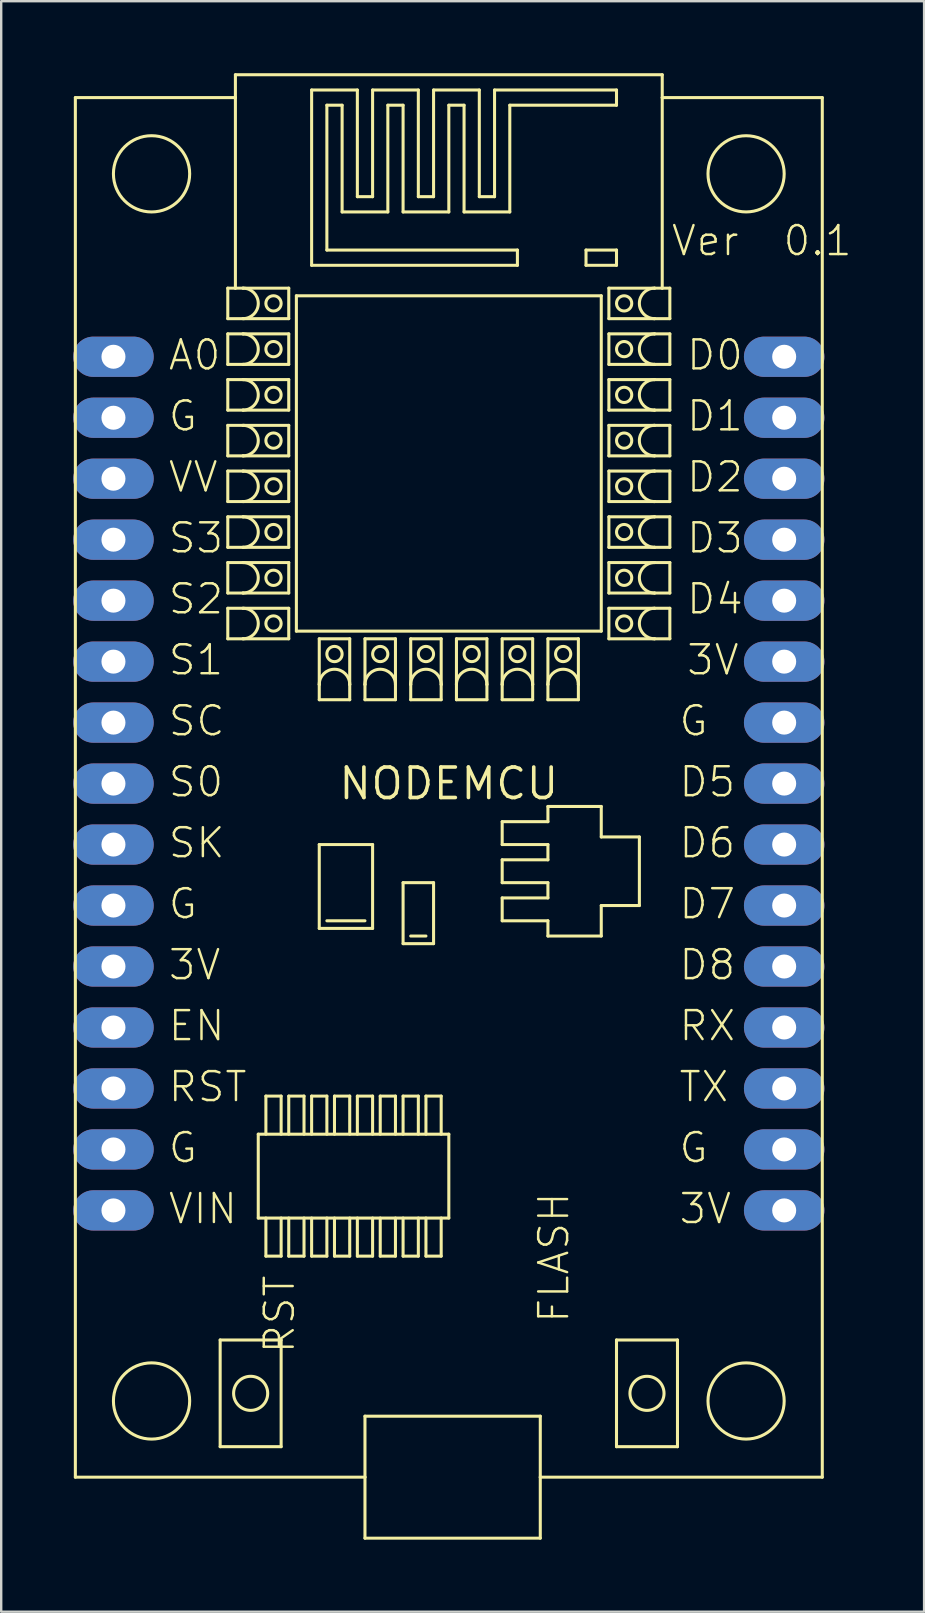
<source format=kicad_pcb>
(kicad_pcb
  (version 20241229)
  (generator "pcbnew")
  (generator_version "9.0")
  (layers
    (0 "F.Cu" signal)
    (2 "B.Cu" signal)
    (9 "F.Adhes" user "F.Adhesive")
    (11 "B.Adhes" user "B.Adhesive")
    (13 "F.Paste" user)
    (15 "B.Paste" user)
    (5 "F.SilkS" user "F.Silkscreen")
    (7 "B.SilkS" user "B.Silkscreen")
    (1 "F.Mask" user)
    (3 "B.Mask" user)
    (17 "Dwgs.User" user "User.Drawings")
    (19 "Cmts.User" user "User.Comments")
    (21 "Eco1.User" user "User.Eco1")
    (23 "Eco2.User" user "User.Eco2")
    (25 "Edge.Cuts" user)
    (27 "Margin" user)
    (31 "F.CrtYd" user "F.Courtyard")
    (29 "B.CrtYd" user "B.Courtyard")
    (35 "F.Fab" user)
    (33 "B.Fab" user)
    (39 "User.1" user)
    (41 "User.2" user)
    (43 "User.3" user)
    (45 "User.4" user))
  (footprint "NODEMCU"
    (layer "F.Cu")
    (at 15.646 29.591)
    (property "Reference" "NODEMCU" (at 0 0 0) (layer "F.SilkS") (effects (font (size 1.27 1.27) (thickness 0.15))))
    (attr through_hole)
    (fp_line (start -15.557 -28.575) (end -8.89 -28.575) (stroke (width 0.127) (type solid)) (layer "F.SilkS"))
    (fp_line (start -15.557 28.892) (end -15.557 -28.575) (stroke (width 0.127) (type solid)) (layer "F.SilkS"))
    (fp_line (start -9.525 23.177) (end -6.985 23.177) (stroke (width 0.127) (type solid)) (layer "F.SilkS"))
    (fp_line (start -9.525 27.622) (end -9.525 23.177) (stroke (width 0.127) (type solid)) (layer "F.SilkS"))
    (fp_line (start -9.207 -20.637) (end -8.89 -20.637) (stroke (width 0.127) (type solid)) (layer "F.SilkS"))
    (fp_line (start -9.207 -19.367) (end -9.207 -20.637) (stroke (width 0.127) (type solid)) (layer "F.SilkS"))
    (fp_line (start -9.207 -18.733) (end -8.572 -18.733) (stroke (width 0.127) (type solid)) (layer "F.SilkS"))
    (fp_line (start -9.207 -17.462) (end -9.207 -18.733) (stroke (width 0.127) (type solid)) (layer "F.SilkS"))
    (fp_line (start -9.207 -16.828) (end -8.572 -16.828) (stroke (width 0.127) (type solid)) (layer "F.SilkS"))
    (fp_line (start -9.207 -15.557) (end -9.207 -16.828) (stroke (width 0.127) (type solid)) (layer "F.SilkS"))
    (fp_line (start -9.207 -14.922) (end -8.572 -14.922) (stroke (width 0.127) (type solid)) (layer "F.SilkS"))
    (fp_line (start -9.207 -13.652) (end -9.207 -14.922) (stroke (width 0.127) (type solid)) (layer "F.SilkS"))
    (fp_line (start -9.207 -13.018) (end -8.572 -13.018) (stroke (width 0.127) (type solid)) (layer "F.SilkS"))
    (fp_line (start -9.207 -11.748) (end -9.207 -13.018) (stroke (width 0.127) (type solid)) (layer "F.SilkS"))
    (fp_line (start -9.207 -11.113) (end -8.572 -11.113) (stroke (width 0.127) (type solid)) (layer "F.SilkS"))
    (fp_line (start -9.207 -9.842) (end -9.207 -11.113) (stroke (width 0.127) (type solid)) (layer "F.SilkS"))
    (fp_line (start -9.207 -9.207) (end -8.572 -9.207) (stroke (width 0.127) (type solid)) (layer "F.SilkS"))
    (fp_line (start -9.207 -7.938) (end -9.207 -9.207) (stroke (width 0.127) (type solid)) (layer "F.SilkS"))
    (fp_line (start -9.207 -7.303) (end -8.572 -7.303) (stroke (width 0.127) (type solid)) (layer "F.SilkS"))
    (fp_line (start -9.207 -6.032) (end -9.207 -7.303) (stroke (width 0.127) (type solid)) (layer "F.SilkS"))
    (fp_line (start -8.89 -29.527) (end 8.89 -29.527) (stroke (width 0.127) (type solid)) (layer "F.SilkS"))
    (fp_line (start -8.89 -28.575) (end -8.89 -29.527) (stroke (width 0.127) (type solid)) (layer "F.SilkS"))
    (fp_line (start -8.89 -28.575) (end -8.89 -20.637) (stroke (width 0.127) (type solid)) (layer "F.SilkS"))
    (fp_line (start -8.89 -20.637) (end -8.572 -20.637) (stroke (width 0.127) (type solid)) (layer "F.SilkS"))
    (fp_line (start -8.572 -19.367) (end -9.207 -19.367) (stroke (width 0.127) (type solid)) (layer "F.SilkS"))
    (fp_line (start -8.572 -17.462) (end -9.207 -17.462) (stroke (width 0.127) (type solid)) (layer "F.SilkS"))
    (fp_line (start -8.572 -15.557) (end -9.207 -15.557) (stroke (width 0.127) (type solid)) (layer "F.SilkS"))
    (fp_line (start -8.572 -13.652) (end -9.207 -13.652) (stroke (width 0.127) (type solid)) (layer "F.SilkS"))
    (fp_line (start -8.572 -11.748) (end -9.207 -11.748) (stroke (width 0.127) (type solid)) (layer "F.SilkS"))
    (fp_line (start -8.572 -9.842) (end -9.207 -9.842) (stroke (width 0.127) (type solid)) (layer "F.SilkS"))
    (fp_line (start -8.572 -7.938) (end -9.207 -7.938) (stroke (width 0.127) (type solid)) (layer "F.SilkS"))
    (fp_line (start -8.572 -6.032) (end -9.207 -6.032) (stroke (width 0.127) (type solid)) (layer "F.SilkS"))
    (fp_line (start -7.938 14.605) (end 0 14.605) (stroke (width 0.127) (type solid)) (layer "F.SilkS"))
    (fp_line (start -7.938 18.098) (end -7.938 14.605) (stroke (width 0.127) (type solid)) (layer "F.SilkS"))
    (fp_line (start -7.62 13.018) (end -6.985 13.018) (stroke (width 0.127) (type solid)) (layer "F.SilkS"))
    (fp_line (start -7.62 14.605) (end -7.62 13.018) (stroke (width 0.127) (type solid)) (layer "F.SilkS"))
    (fp_line (start -7.62 19.685) (end -7.62 18.098) (stroke (width 0.127) (type solid)) (layer "F.SilkS"))
    (fp_line (start -6.985 13.018) (end -6.985 14.605) (stroke (width 0.127) (type solid)) (layer "F.SilkS"))
    (fp_line (start -6.985 18.098) (end -6.985 19.685) (stroke (width 0.127) (type solid)) (layer "F.SilkS"))
    (fp_line (start -6.985 19.685) (end -7.62 19.685) (stroke (width 0.127) (type solid)) (layer "F.SilkS"))
    (fp_line (start -6.985 23.177) (end -6.985 27.622) (stroke (width 0.127) (type solid)) (layer "F.SilkS"))
    (fp_line (start -6.985 27.622) (end -9.525 27.622) (stroke (width 0.127) (type solid)) (layer "F.SilkS"))
    (fp_line (start -6.668 -20.637) (end -8.572 -20.637) (stroke (width 0.127) (type solid)) (layer "F.SilkS"))
    (fp_line (start -6.668 -20.637) (end -6.668 -19.367) (stroke (width 0.127) (type solid)) (layer "F.SilkS"))
    (fp_line (start -6.668 -19.367) (end -8.572 -19.367) (stroke (width 0.127) (type solid)) (layer "F.SilkS"))
    (fp_line (start -6.668 -18.733) (end -8.572 -18.733) (stroke (width 0.127) (type solid)) (layer "F.SilkS"))
    (fp_line (start -6.668 -18.733) (end -6.668 -17.462) (stroke (width 0.127) (type solid)) (layer "F.SilkS"))
    (fp_line (start -6.668 -17.462) (end -8.572 -17.462) (stroke (width 0.127) (type solid)) (layer "F.SilkS"))
    (fp_line (start -6.668 -16.828) (end -8.572 -16.828) (stroke (width 0.127) (type solid)) (layer "F.SilkS"))
    (fp_line (start -6.668 -16.828) (end -6.668 -15.557) (stroke (width 0.127) (type solid)) (layer "F.SilkS"))
    (fp_line (start -6.668 -15.557) (end -8.572 -15.557) (stroke (width 0.127) (type solid)) (layer "F.SilkS"))
    (fp_line (start -6.668 -14.922) (end -8.572 -14.922) (stroke (width 0.127) (type solid)) (layer "F.SilkS"))
    (fp_line (start -6.668 -14.922) (end -6.668 -13.652) (stroke (width 0.127) (type solid)) (layer "F.SilkS"))
    (fp_line (start -6.668 -13.652) (end -8.572 -13.652) (stroke (width 0.127) (type solid)) (layer "F.SilkS"))
    (fp_line (start -6.668 -13.018) (end -8.572 -13.018) (stroke (width 0.127) (type solid)) (layer "F.SilkS"))
    (fp_line (start -6.668 -13.018) (end -6.668 -11.748) (stroke (width 0.127) (type solid)) (layer "F.SilkS"))
    (fp_line (start -6.668 -11.748) (end -8.572 -11.748) (stroke (width 0.127) (type solid)) (layer "F.SilkS"))
    (fp_line (start -6.668 -11.113) (end -8.572 -11.113) (stroke (width 0.127) (type solid)) (layer "F.SilkS"))
    (fp_line (start -6.668 -11.113) (end -6.668 -9.842) (stroke (width 0.127) (type solid)) (layer "F.SilkS"))
    (fp_line (start -6.668 -9.842) (end -8.572 -9.842) (stroke (width 0.127) (type solid)) (layer "F.SilkS"))
    (fp_line (start -6.668 -9.207) (end -8.572 -9.207) (stroke (width 0.127) (type solid)) (layer "F.SilkS"))
    (fp_line (start -6.668 -9.207) (end -6.668 -7.938) (stroke (width 0.127) (type solid)) (layer "F.SilkS"))
    (fp_line (start -6.668 -7.938) (end -8.572 -7.938) (stroke (width 0.127) (type solid)) (layer "F.SilkS"))
    (fp_line (start -6.668 -7.303) (end -8.572 -7.303) (stroke (width 0.127) (type solid)) (layer "F.SilkS"))
    (fp_line (start -6.668 -7.303) (end -6.668 -6.032) (stroke (width 0.127) (type solid)) (layer "F.SilkS"))
    (fp_line (start -6.668 -6.032) (end -8.572 -6.032) (stroke (width 0.127) (type solid)) (layer "F.SilkS"))
    (fp_line (start -6.668 13.018) (end -6.032 13.018) (stroke (width 0.127) (type solid)) (layer "F.SilkS"))
    (fp_line (start -6.668 14.605) (end -6.668 13.018) (stroke (width 0.127) (type solid)) (layer "F.SilkS"))
    (fp_line (start -6.668 19.685) (end -6.668 18.098) (stroke (width 0.127) (type solid)) (layer "F.SilkS"))
    (fp_line (start -6.35 -20.32) (end -6.35 -6.35) (stroke (width 0.127) (type solid)) (layer "F.SilkS"))
    (fp_line (start -6.35 -6.35) (end 6.35 -6.35) (stroke (width 0.127) (type solid)) (layer "F.SilkS"))
    (fp_line (start -6.032 13.018) (end -6.032 14.605) (stroke (width 0.127) (type solid)) (layer "F.SilkS"))
    (fp_line (start -6.032 18.098) (end -6.032 19.685) (stroke (width 0.127) (type solid)) (layer "F.SilkS"))
    (fp_line (start -6.032 19.685) (end -6.668 19.685) (stroke (width 0.127) (type solid)) (layer "F.SilkS"))
    (fp_line (start -5.715 -28.892) (end -3.81 -28.892) (stroke (width 0.127) (type solid)) (layer "F.SilkS"))
    (fp_line (start -5.715 -21.59) (end -5.715 -28.892) (stroke (width 0.127) (type solid)) (layer "F.SilkS"))
    (fp_line (start -5.715 13.018) (end -5.08 13.018) (stroke (width 0.127) (type solid)) (layer "F.SilkS"))
    (fp_line (start -5.715 14.605) (end -5.715 13.018) (stroke (width 0.127) (type solid)) (layer "F.SilkS"))
    (fp_line (start -5.715 19.685) (end -5.715 18.098) (stroke (width 0.127) (type solid)) (layer "F.SilkS"))
    (fp_line (start -5.397 -6.032) (end -5.397 -4.128) (stroke (width 0.127) (type solid)) (layer "F.SilkS"))
    (fp_line (start -5.397 -6.032) (end -4.128 -6.032) (stroke (width 0.127) (type solid)) (layer "F.SilkS"))
    (fp_line (start -5.397 -3.493) (end -5.397 -4.128) (stroke (width 0.127) (type solid)) (layer "F.SilkS"))
    (fp_line (start -5.397 2.54) (end -5.397 6.032) (stroke (width 0.127) (type solid)) (layer "F.SilkS"))
    (fp_line (start -5.397 6.032) (end -3.175 6.032) (stroke (width 0.127) (type solid)) (layer "F.SilkS"))
    (fp_line (start -5.08 -28.258) (end -5.08 -22.225) (stroke (width 0.127) (type solid)) (layer "F.SilkS"))
    (fp_line (start -5.08 -22.225) (end 2.857 -22.225) (stroke (width 0.127) (type solid)) (layer "F.SilkS"))
    (fp_line (start -5.08 5.715) (end -3.493 5.715) (stroke (width 0.127) (type solid)) (layer "F.SilkS"))
    (fp_line (start -5.08 13.018) (end -5.08 14.605) (stroke (width 0.127) (type solid)) (layer "F.SilkS"))
    (fp_line (start -5.08 18.098) (end -5.08 19.685) (stroke (width 0.127) (type solid)) (layer "F.SilkS"))
    (fp_line (start -5.08 19.685) (end -5.715 19.685) (stroke (width 0.127) (type solid)) (layer "F.SilkS"))
    (fp_line (start -4.763 13.018) (end -4.128 13.018) (stroke (width 0.127) (type solid)) (layer "F.SilkS"))
    (fp_line (start -4.763 14.605) (end -4.763 13.018) (stroke (width 0.127) (type solid)) (layer "F.SilkS"))
    (fp_line (start -4.763 19.685) (end -4.763 18.098) (stroke (width 0.127) (type solid)) (layer "F.SilkS"))
    (fp_line (start -4.445 -28.258) (end -5.08 -28.258) (stroke (width 0.127) (type solid)) (layer "F.SilkS"))
    (fp_line (start -4.445 -23.812) (end -4.445 -28.258) (stroke (width 0.127) (type solid)) (layer "F.SilkS"))
    (fp_line (start -4.128 -6.032) (end -4.128 -4.128) (stroke (width 0.127) (type solid)) (layer "F.SilkS"))
    (fp_line (start -4.128 -4.128) (end -4.128 -3.493) (stroke (width 0.127) (type solid)) (layer "F.SilkS"))
    (fp_line (start -4.128 -3.493) (end -5.397 -3.493) (stroke (width 0.127) (type solid)) (layer "F.SilkS"))
    (fp_line (start -4.128 13.018) (end -4.128 14.605) (stroke (width 0.127) (type solid)) (layer "F.SilkS"))
    (fp_line (start -4.128 18.098) (end -4.128 19.685) (stroke (width 0.127) (type solid)) (layer "F.SilkS"))
    (fp_line (start -4.128 19.685) (end -4.763 19.685) (stroke (width 0.127) (type solid)) (layer "F.SilkS"))
    (fp_line (start -3.81 -28.892) (end -3.81 -24.448) (stroke (width 0.127) (type solid)) (layer "F.SilkS"))
    (fp_line (start -3.81 -24.448) (end -3.175 -24.448) (stroke (width 0.127) (type solid)) (layer "F.SilkS"))
    (fp_line (start -3.81 13.018) (end -3.175 13.018) (stroke (width 0.127) (type solid)) (layer "F.SilkS"))
    (fp_line (start -3.81 14.605) (end -3.81 13.018) (stroke (width 0.127) (type solid)) (layer "F.SilkS"))
    (fp_line (start -3.81 19.685) (end -3.81 18.098) (stroke (width 0.127) (type solid)) (layer "F.SilkS"))
    (fp_line (start -3.493 -6.032) (end -3.493 -4.128) (stroke (width 0.127) (type solid)) (layer "F.SilkS"))
    (fp_line (start -3.493 -6.032) (end -2.223 -6.032) (stroke (width 0.127) (type solid)) (layer "F.SilkS"))
    (fp_line (start -3.493 -3.493) (end -3.493 -4.128) (stroke (width 0.127) (type solid)) (layer "F.SilkS"))
    (fp_line (start -3.493 26.352) (end 3.81 26.352) (stroke (width 0.127) (type solid)) (layer "F.SilkS"))
    (fp_line (start -3.493 28.892) (end -15.557 28.892) (stroke (width 0.127) (type solid)) (layer "F.SilkS"))
    (fp_line (start -3.493 28.892) (end -3.493 26.352) (stroke (width 0.127) (type solid)) (layer "F.SilkS"))
    (fp_line (start -3.493 31.433) (end -3.493 28.892) (stroke (width 0.127) (type solid)) (layer "F.SilkS"))
    (fp_line (start -3.493 31.433) (end 3.81 31.433) (stroke (width 0.127) (type solid)) (layer "F.SilkS"))
    (fp_line (start -3.175 -28.892) (end -1.27 -28.892) (stroke (width 0.127) (type solid)) (layer "F.SilkS"))
    (fp_line (start -3.175 -24.448) (end -3.175 -28.892) (stroke (width 0.127) (type solid)) (layer "F.SilkS"))
    (fp_line (start -3.175 2.54) (end -5.397 2.54) (stroke (width 0.127) (type solid)) (layer "F.SilkS"))
    (fp_line (start -3.175 6.032) (end -3.175 2.54) (stroke (width 0.127) (type solid)) (layer "F.SilkS"))
    (fp_line (start -3.175 13.018) (end -3.175 14.605) (stroke (width 0.127) (type solid)) (layer "F.SilkS"))
    (fp_line (start -3.175 18.098) (end -3.175 19.685) (stroke (width 0.127) (type solid)) (layer "F.SilkS"))
    (fp_line (start -3.175 19.685) (end -3.81 19.685) (stroke (width 0.127) (type solid)) (layer "F.SilkS"))
    (fp_line (start -2.857 13.018) (end -2.223 13.018) (stroke (width 0.127) (type solid)) (layer "F.SilkS"))
    (fp_line (start -2.857 14.605) (end -2.857 13.018) (stroke (width 0.127) (type solid)) (layer "F.SilkS"))
    (fp_line (start -2.857 19.685) (end -2.857 18.098) (stroke (width 0.127) (type solid)) (layer "F.SilkS"))
    (fp_line (start -2.54 -28.258) (end -2.54 -23.812) (stroke (width 0.127) (type solid)) (layer "F.SilkS"))
    (fp_line (start -2.54 -23.812) (end -4.445 -23.812) (stroke (width 0.127) (type solid)) (layer "F.SilkS"))
    (fp_line (start -2.223 -6.032) (end -2.223 -4.128) (stroke (width 0.127) (type solid)) (layer "F.SilkS"))
    (fp_line (start -2.223 -4.128) (end -2.223 -3.493) (stroke (width 0.127) (type solid)) (layer "F.SilkS"))
    (fp_line (start -2.223 -3.493) (end -3.493 -3.493) (stroke (width 0.127) (type solid)) (layer "F.SilkS"))
    (fp_line (start -2.223 13.018) (end -2.223 14.605) (stroke (width 0.127) (type solid)) (layer "F.SilkS"))
    (fp_line (start -2.223 18.098) (end -2.223 19.685) (stroke (width 0.127) (type solid)) (layer "F.SilkS"))
    (fp_line (start -2.223 19.685) (end -2.857 19.685) (stroke (width 0.127) (type solid)) (layer "F.SilkS"))
    (fp_line (start -1.905 -28.258) (end -2.54 -28.258) (stroke (width 0.127) (type solid)) (layer "F.SilkS"))
    (fp_line (start -1.905 -23.812) (end -1.905 -28.258) (stroke (width 0.127) (type solid)) (layer "F.SilkS"))
    (fp_line (start -1.905 4.128) (end -1.905 6.668) (stroke (width 0.127) (type solid)) (layer "F.SilkS"))
    (fp_line (start -1.905 6.668) (end -0.635 6.668) (stroke (width 0.127) (type solid)) (layer "F.SilkS"))
    (fp_line (start -1.905 13.018) (end -1.27 13.018) (stroke (width 0.127) (type solid)) (layer "F.SilkS"))
    (fp_line (start -1.905 14.605) (end -1.905 13.018) (stroke (width 0.127) (type solid)) (layer "F.SilkS"))
    (fp_line (start -1.905 19.685) (end -1.905 18.098) (stroke (width 0.127) (type solid)) (layer "F.SilkS"))
    (fp_line (start -1.587 -6.032) (end -1.587 -4.128) (stroke (width 0.127) (type solid)) (layer "F.SilkS"))
    (fp_line (start -1.587 -6.032) (end -0.318 -6.032) (stroke (width 0.127) (type solid)) (layer "F.SilkS"))
    (fp_line (start -1.587 -3.493) (end -1.587 -4.128) (stroke (width 0.127) (type solid)) (layer "F.SilkS"))
    (fp_line (start -1.587 6.35) (end -0.953 6.35) (stroke (width 0.127) (type solid)) (layer "F.SilkS"))
    (fp_line (start -1.27 -28.892) (end -1.27 -24.448) (stroke (width 0.127) (type solid)) (layer "F.SilkS"))
    (fp_line (start -1.27 -24.448) (end -0.635 -24.448) (stroke (width 0.127) (type solid)) (layer "F.SilkS"))
    (fp_line (start -1.27 13.018) (end -1.27 14.605) (stroke (width 0.127) (type solid)) (layer "F.SilkS"))
    (fp_line (start -1.27 18.098) (end -1.27 19.685) (stroke (width 0.127) (type solid)) (layer "F.SilkS"))
    (fp_line (start -1.27 19.685) (end -1.905 19.685) (stroke (width 0.127) (type solid)) (layer "F.SilkS"))
    (fp_line (start -0.953 13.018) (end -0.318 13.018) (stroke (width 0.127) (type solid)) (layer "F.SilkS"))
    (fp_line (start -0.953 14.605) (end -0.953 13.018) (stroke (width 0.127) (type solid)) (layer "F.SilkS"))
    (fp_line (start -0.953 19.685) (end -0.953 18.098) (stroke (width 0.127) (type solid)) (layer "F.SilkS"))
    (fp_line (start -0.635 -28.892) (end 1.27 -28.892) (stroke (width 0.127) (type solid)) (layer "F.SilkS"))
    (fp_line (start -0.635 -24.448) (end -0.635 -28.892) (stroke (width 0.127) (type solid)) (layer "F.SilkS"))
    (fp_line (start -0.635 4.128) (end -1.905 4.128) (stroke (width 0.127) (type solid)) (layer "F.SilkS"))
    (fp_line (start -0.635 6.668) (end -0.635 4.128) (stroke (width 0.127) (type solid)) (layer "F.SilkS"))
    (fp_line (start -0.318 -6.032) (end -0.318 -4.128) (stroke (width 0.127) (type solid)) (layer "F.SilkS"))
    (fp_line (start -0.318 -4.128) (end -0.318 -3.493) (stroke (width 0.127) (type solid)) (layer "F.SilkS"))
    (fp_line (start -0.318 -3.493) (end -1.587 -3.493) (stroke (width 0.127) (type solid)) (layer "F.SilkS"))
    (fp_line (start -0.318 13.018) (end -0.318 14.605) (stroke (width 0.127) (type solid)) (layer "F.SilkS"))
    (fp_line (start -0.318 18.098) (end -0.318 19.685) (stroke (width 0.127) (type solid)) (layer "F.SilkS"))
    (fp_line (start -0.318 19.685) (end -0.953 19.685) (stroke (width 0.127) (type solid)) (layer "F.SilkS"))
    (fp_line (start 0 -28.258) (end 0 -23.812) (stroke (width 0.127) (type solid)) (layer "F.SilkS"))
    (fp_line (start 0 -23.812) (end -1.905 -23.812) (stroke (width 0.127) (type solid)) (layer "F.SilkS"))
    (fp_line (start 0 14.605) (end 0 18.098) (stroke (width 0.127) (type solid)) (layer "F.SilkS"))
    (fp_line (start 0 18.098) (end -7.938 18.098) (stroke (width 0.127) (type solid)) (layer "F.SilkS"))
    (fp_line (start 0.318 -6.032) (end 0.318 -4.128) (stroke (width 0.127) (type solid)) (layer "F.SilkS"))
    (fp_line (start 0.318 -6.032) (end 1.587 -6.032) (stroke (width 0.127) (type solid)) (layer "F.SilkS"))
    (fp_line (start 0.318 -3.493) (end 0.318 -4.128) (stroke (width 0.127) (type solid)) (layer "F.SilkS"))
    (fp_line (start 0.635 -28.258) (end 0 -28.258) (stroke (width 0.127) (type solid)) (layer "F.SilkS"))
    (fp_line (start 0.635 -23.812) (end 0.635 -28.258) (stroke (width 0.127) (type solid)) (layer "F.SilkS"))
    (fp_line (start 1.27 -28.892) (end 1.27 -24.448) (stroke (width 0.127) (type solid)) (layer "F.SilkS"))
    (fp_line (start 1.27 -24.448) (end 1.905 -24.448) (stroke (width 0.127) (type solid)) (layer "F.SilkS"))
    (fp_line (start 1.587 -6.032) (end 1.587 -4.128) (stroke (width 0.127) (type solid)) (layer "F.SilkS"))
    (fp_line (start 1.587 -4.128) (end 1.587 -3.493) (stroke (width 0.127) (type solid)) (layer "F.SilkS"))
    (fp_line (start 1.587 -3.493) (end 0.318 -3.493) (stroke (width 0.127) (type solid)) (layer "F.SilkS"))
    (fp_line (start 1.905 -28.892) (end 6.985 -28.892) (stroke (width 0.127) (type solid)) (layer "F.SilkS"))
    (fp_line (start 1.905 -24.448) (end 1.905 -28.892) (stroke (width 0.127) (type solid)) (layer "F.SilkS"))
    (fp_line (start 2.223 -6.032) (end 2.223 -4.128) (stroke (width 0.127) (type solid)) (layer "F.SilkS"))
    (fp_line (start 2.223 -6.032) (end 3.493 -6.032) (stroke (width 0.127) (type solid)) (layer "F.SilkS"))
    (fp_line (start 2.223 -3.493) (end 2.223 -4.128) (stroke (width 0.127) (type solid)) (layer "F.SilkS"))
    (fp_line (start 2.223 1.587) (end 4.128 1.587) (stroke (width 0.127) (type solid)) (layer "F.SilkS"))
    (fp_line (start 2.223 2.54) (end 2.223 1.587) (stroke (width 0.127) (type solid)) (layer "F.SilkS"))
    (fp_line (start 2.223 3.175) (end 4.128 3.175) (stroke (width 0.127) (type solid)) (layer "F.SilkS"))
    (fp_line (start 2.223 4.128) (end 2.223 3.175) (stroke (width 0.127) (type solid)) (layer "F.SilkS"))
    (fp_line (start 2.223 4.763) (end 4.128 4.763) (stroke (width 0.127) (type solid)) (layer "F.SilkS"))
    (fp_line (start 2.223 5.715) (end 2.223 4.763) (stroke (width 0.127) (type solid)) (layer "F.SilkS"))
    (fp_line (start 2.54 -28.258) (end 2.54 -23.812) (stroke (width 0.127) (type solid)) (layer "F.SilkS"))
    (fp_line (start 2.54 -23.812) (end 0.635 -23.812) (stroke (width 0.127) (type solid)) (layer "F.SilkS"))
    (fp_line (start 2.857 -22.225) (end 2.857 -21.59) (stroke (width 0.127) (type solid)) (layer "F.SilkS"))
    (fp_line (start 2.857 -21.59) (end -5.715 -21.59) (stroke (width 0.127) (type solid)) (layer "F.SilkS"))
    (fp_line (start 3.493 -6.032) (end 3.493 -4.128) (stroke (width 0.127) (type solid)) (layer "F.SilkS"))
    (fp_line (start 3.493 -4.128) (end 3.493 -3.493) (stroke (width 0.127) (type solid)) (layer "F.SilkS"))
    (fp_line (start 3.493 -3.493) (end 2.223 -3.493) (stroke (width 0.127) (type solid)) (layer "F.SilkS"))
    (fp_line (start 3.81 26.352) (end 3.81 28.892) (stroke (width 0.127) (type solid)) (layer "F.SilkS"))
    (fp_line (start 3.81 28.892) (end 3.81 31.433) (stroke (width 0.127) (type solid)) (layer "F.SilkS"))
    (fp_line (start 4.128 -6.032) (end 4.128 -4.128) (stroke (width 0.127) (type solid)) (layer "F.SilkS"))
    (fp_line (start 4.128 -6.032) (end 5.397 -6.032) (stroke (width 0.127) (type solid)) (layer "F.SilkS"))
    (fp_line (start 4.128 -3.493) (end 4.128 -4.128) (stroke (width 0.127) (type solid)) (layer "F.SilkS"))
    (fp_line (start 4.128 0.953) (end 6.35 0.953) (stroke (width 0.127) (type solid)) (layer "F.SilkS"))
    (fp_line (start 4.128 1.587) (end 4.128 0.953) (stroke (width 0.127) (type solid)) (layer "F.SilkS"))
    (fp_line (start 4.128 2.54) (end 2.223 2.54) (stroke (width 0.127) (type solid)) (layer "F.SilkS"))
    (fp_line (start 4.128 3.175) (end 4.128 2.54) (stroke (width 0.127) (type solid)) (layer "F.SilkS"))
    (fp_line (start 4.128 4.128) (end 2.223 4.128) (stroke (width 0.127) (type solid)) (layer "F.SilkS"))
    (fp_line (start 4.128 4.763) (end 4.128 4.128) (stroke (width 0.127) (type solid)) (layer "F.SilkS"))
    (fp_line (start 4.128 5.715) (end 2.223 5.715) (stroke (width 0.127) (type solid)) (layer "F.SilkS"))
    (fp_line (start 4.128 6.35) (end 4.128 5.715) (stroke (width 0.127) (type solid)) (layer "F.SilkS"))
    (fp_line (start 5.397 -6.032) (end 5.397 -4.128) (stroke (width 0.127) (type solid)) (layer "F.SilkS"))
    (fp_line (start 5.397 -4.128) (end 5.397 -3.493) (stroke (width 0.127) (type solid)) (layer "F.SilkS"))
    (fp_line (start 5.397 -3.493) (end 4.128 -3.493) (stroke (width 0.127) (type solid)) (layer "F.SilkS"))
    (fp_line (start 5.715 -22.225) (end 5.715 -21.59) (stroke (width 0.127) (type solid)) (layer "F.SilkS"))
    (fp_line (start 5.715 -21.59) (end 6.985 -21.59) (stroke (width 0.127) (type solid)) (layer "F.SilkS"))
    (fp_line (start 6.35 -20.32) (end -6.35 -20.32) (stroke (width 0.127) (type solid)) (layer "F.SilkS"))
    (fp_line (start 6.35 -6.35) (end 6.35 -20.32) (stroke (width 0.127) (type solid)) (layer "F.SilkS"))
    (fp_line (start 6.35 0.953) (end 6.35 2.223) (stroke (width 0.127) (type solid)) (layer "F.SilkS"))
    (fp_line (start 6.35 2.223) (end 7.938 2.223) (stroke (width 0.127) (type solid)) (layer "F.SilkS"))
    (fp_line (start 6.35 5.08) (end 6.35 6.35) (stroke (width 0.127) (type solid)) (layer "F.SilkS"))
    (fp_line (start 6.35 6.35) (end 4.128 6.35) (stroke (width 0.127) (type solid)) (layer "F.SilkS"))
    (fp_line (start 6.668 -20.637) (end 8.572 -20.637) (stroke (width 0.127) (type solid)) (layer "F.SilkS"))
    (fp_line (start 6.668 -19.367) (end 6.668 -20.637) (stroke (width 0.127) (type solid)) (layer "F.SilkS"))
    (fp_line (start 6.668 -19.367) (end 8.572 -19.367) (stroke (width 0.127) (type solid)) (layer "F.SilkS"))
    (fp_line (start 6.668 -18.733) (end 8.572 -18.733) (stroke (width 0.127) (type solid)) (layer "F.SilkS"))
    (fp_line (start 6.668 -17.462) (end 6.668 -18.733) (stroke (width 0.127) (type solid)) (layer "F.SilkS"))
    (fp_line (start 6.668 -17.462) (end 8.572 -17.462) (stroke (width 0.127) (type solid)) (layer "F.SilkS"))
    (fp_line (start 6.668 -16.828) (end 8.572 -16.828) (stroke (width 0.127) (type solid)) (layer "F.SilkS"))
    (fp_line (start 6.668 -15.557) (end 6.668 -16.828) (stroke (width 0.127) (type solid)) (layer "F.SilkS"))
    (fp_line (start 6.668 -15.557) (end 8.572 -15.557) (stroke (width 0.127) (type solid)) (layer "F.SilkS"))
    (fp_line (start 6.668 -14.922) (end 8.572 -14.922) (stroke (width 0.127) (type solid)) (layer "F.SilkS"))
    (fp_line (start 6.668 -13.652) (end 6.668 -14.922) (stroke (width 0.127) (type solid)) (layer "F.SilkS"))
    (fp_line (start 6.668 -13.652) (end 8.572 -13.652) (stroke (width 0.127) (type solid)) (layer "F.SilkS"))
    (fp_line (start 6.668 -13.018) (end 8.572 -13.018) (stroke (width 0.127) (type solid)) (layer "F.SilkS"))
    (fp_line (start 6.668 -11.748) (end 6.668 -13.018) (stroke (width 0.127) (type solid)) (layer "F.SilkS"))
    (fp_line (start 6.668 -11.748) (end 8.572 -11.748) (stroke (width 0.127) (type solid)) (layer "F.SilkS"))
    (fp_line (start 6.668 -11.113) (end 8.572 -11.113) (stroke (width 0.127) (type solid)) (layer "F.SilkS"))
    (fp_line (start 6.668 -9.842) (end 6.668 -11.113) (stroke (width 0.127) (type solid)) (layer "F.SilkS"))
    (fp_line (start 6.668 -9.842) (end 8.572 -9.842) (stroke (width 0.127) (type solid)) (layer "F.SilkS"))
    (fp_line (start 6.668 -9.207) (end 8.572 -9.207) (stroke (width 0.127) (type solid)) (layer "F.SilkS"))
    (fp_line (start 6.668 -7.938) (end 6.668 -9.207) (stroke (width 0.127) (type solid)) (layer "F.SilkS"))
    (fp_line (start 6.668 -7.938) (end 8.572 -7.938) (stroke (width 0.127) (type solid)) (layer "F.SilkS"))
    (fp_line (start 6.668 -7.303) (end 8.572 -7.303) (stroke (width 0.127) (type solid)) (layer "F.SilkS"))
    (fp_line (start 6.668 -6.032) (end 6.668 -7.303) (stroke (width 0.127) (type solid)) (layer "F.SilkS"))
    (fp_line (start 6.668 -6.032) (end 8.572 -6.032) (stroke (width 0.127) (type solid)) (layer "F.SilkS"))
    (fp_line (start 6.985 -28.892) (end 6.985 -28.258) (stroke (width 0.127) (type solid)) (layer "F.SilkS"))
    (fp_line (start 6.985 -28.258) (end 2.54 -28.258) (stroke (width 0.127) (type solid)) (layer "F.SilkS"))
    (fp_line (start 6.985 -22.225) (end 5.715 -22.225) (stroke (width 0.127) (type solid)) (layer "F.SilkS"))
    (fp_line (start 6.985 -21.59) (end 6.985 -22.225) (stroke (width 0.127) (type solid)) (layer "F.SilkS"))
    (fp_line (start 6.985 23.177) (end 9.525 23.177) (stroke (width 0.127) (type solid)) (layer "F.SilkS"))
    (fp_line (start 6.985 27.622) (end 6.985 23.177) (stroke (width 0.127) (type solid)) (layer "F.SilkS"))
    (fp_line (start 7.938 2.223) (end 7.938 5.08) (stroke (width 0.127) (type solid)) (layer "F.SilkS"))
    (fp_line (start 7.938 5.08) (end 6.35 5.08) (stroke (width 0.127) (type solid)) (layer "F.SilkS"))
    (fp_line (start 8.572 -20.637) (end 8.89 -20.637) (stroke (width 0.127) (type solid)) (layer "F.SilkS"))
    (fp_line (start 8.572 -18.733) (end 9.207 -18.733) (stroke (width 0.127) (type solid)) (layer "F.SilkS"))
    (fp_line (start 8.572 -16.828) (end 9.207 -16.828) (stroke (width 0.127) (type solid)) (layer "F.SilkS"))
    (fp_line (start 8.572 -14.922) (end 9.207 -14.922) (stroke (width 0.127) (type solid)) (layer "F.SilkS"))
    (fp_line (start 8.572 -13.018) (end 9.207 -13.018) (stroke (width 0.127) (type solid)) (layer "F.SilkS"))
    (fp_line (start 8.572 -11.113) (end 9.207 -11.113) (stroke (width 0.127) (type solid)) (layer "F.SilkS"))
    (fp_line (start 8.572 -9.207) (end 9.207 -9.207) (stroke (width 0.127) (type solid)) (layer "F.SilkS"))
    (fp_line (start 8.572 -7.303) (end 9.207 -7.303) (stroke (width 0.127) (type solid)) (layer "F.SilkS"))
    (fp_line (start 8.89 -29.527) (end 8.89 -28.575) (stroke (width 0.127) (type solid)) (layer "F.SilkS"))
    (fp_line (start 8.89 -28.575) (end 8.89 -20.637) (stroke (width 0.127) (type solid)) (layer "F.SilkS"))
    (fp_line (start 8.89 -28.575) (end 15.557 -28.575) (stroke (width 0.127) (type solid)) (layer "F.SilkS"))
    (fp_line (start 8.89 -20.637) (end 9.207 -20.637) (stroke (width 0.127) (type solid)) (layer "F.SilkS"))
    (fp_line (start 9.207 -20.637) (end 9.207 -19.367) (stroke (width 0.127) (type solid)) (layer "F.SilkS"))
    (fp_line (start 9.207 -19.367) (end 8.572 -19.367) (stroke (width 0.127) (type solid)) (layer "F.SilkS"))
    (fp_line (start 9.207 -18.733) (end 9.207 -17.462) (stroke (width 0.127) (type solid)) (layer "F.SilkS"))
    (fp_line (start 9.207 -17.462) (end 8.572 -17.462) (stroke (width 0.127) (type solid)) (layer "F.SilkS"))
    (fp_line (start 9.207 -16.828) (end 9.207 -15.557) (stroke (width 0.127) (type solid)) (layer "F.SilkS"))
    (fp_line (start 9.207 -15.557) (end 8.572 -15.557) (stroke (width 0.127) (type solid)) (layer "F.SilkS"))
    (fp_line (start 9.207 -14.922) (end 9.207 -13.652) (stroke (width 0.127) (type solid)) (layer "F.SilkS"))
    (fp_line (start 9.207 -13.652) (end 8.572 -13.652) (stroke (width 0.127) (type solid)) (layer "F.SilkS"))
    (fp_line (start 9.207 -13.018) (end 9.207 -11.748) (stroke (width 0.127) (type solid)) (layer "F.SilkS"))
    (fp_line (start 9.207 -11.748) (end 8.572 -11.748) (stroke (width 0.127) (type solid)) (layer "F.SilkS"))
    (fp_line (start 9.207 -11.113) (end 9.207 -9.842) (stroke (width 0.127) (type solid)) (layer "F.SilkS"))
    (fp_line (start 9.207 -9.842) (end 8.572 -9.842) (stroke (width 0.127) (type solid)) (layer "F.SilkS"))
    (fp_line (start 9.207 -9.207) (end 9.207 -7.938) (stroke (width 0.127) (type solid)) (layer "F.SilkS"))
    (fp_line (start 9.207 -7.938) (end 8.572 -7.938) (stroke (width 0.127) (type solid)) (layer "F.SilkS"))
    (fp_line (start 9.207 -7.303) (end 9.207 -6.032) (stroke (width 0.127) (type solid)) (layer "F.SilkS"))
    (fp_line (start 9.207 -6.032) (end 8.572 -6.032) (stroke (width 0.127) (type solid)) (layer "F.SilkS"))
    (fp_line (start 9.525 23.177) (end 9.525 27.622) (stroke (width 0.127) (type solid)) (layer "F.SilkS"))
    (fp_line (start 9.525 27.622) (end 6.985 27.622) (stroke (width 0.127) (type solid)) (layer "F.SilkS"))
    (fp_line (start 15.557 -28.575) (end 15.557 28.892) (stroke (width 0.127) (type solid)) (layer "F.SilkS"))
    (fp_line (start 15.557 28.892) (end 3.81 28.892) (stroke (width 0.127) (type solid)) (layer "F.SilkS"))
    (fp_arc (start -8.5725 -20.6375) (mid -7.9375 -20.0025) (end -8.5725 -19.3675) (stroke (width 0.127) (type solid)) (layer "F.SilkS"))
    (fp_arc (start -8.5725 -18.7325) (mid -7.9375 -18.0975) (end -8.5725 -17.4625) (stroke (width 0.127) (type solid)) (layer "F.SilkS"))
    (fp_arc (start -8.5725 -16.8275) (mid -7.9375 -16.1925) (end -8.5725 -15.5575) (stroke (width 0.127) (type solid)) (layer "F.SilkS"))
    (fp_arc (start -8.5725 -14.9225) (mid -7.9375 -14.2875) (end -8.5725 -13.6525) (stroke (width 0.127) (type solid)) (layer "F.SilkS"))
    (fp_arc (start -8.5725 -13.0175) (mid -7.9375 -12.3825) (end -8.5725 -11.7475) (stroke (width 0.127) (type solid)) (layer "F.SilkS"))
    (fp_arc (start -8.5725 -11.1125) (mid -7.9375 -10.4775) (end -8.5725 -9.8425) (stroke (width 0.127) (type solid)) (layer "F.SilkS"))
    (fp_arc (start -8.5725 -9.2075) (mid -7.9375 -8.5725) (end -8.5725 -7.9375) (stroke (width 0.127) (type solid)) (layer "F.SilkS"))
    (fp_arc (start -8.5725 -7.3025) (mid -7.9375 -6.6675) (end -8.5725 -6.0325) (stroke (width 0.127) (type solid)) (layer "F.SilkS"))
    (fp_arc (start -5.3975 -4.1275) (mid -4.7625 -4.7625) (end -4.1275 -4.1275) (stroke (width 0.127) (type solid)) (layer "F.SilkS"))
    (fp_arc (start -3.4925 -4.1275) (mid -2.8575 -4.7625) (end -2.2225 -4.1275) (stroke (width 0.127) (type solid)) (layer "F.SilkS"))
    (fp_arc (start -1.5875 -4.1275) (mid -0.9525 -4.7625) (end -0.3175 -4.1275) (stroke (width 0.127) (type solid)) (layer "F.SilkS"))
    (fp_arc (start 0.3175 -4.1275) (mid 0.9525 -4.7625) (end 1.5875 -4.1275) (stroke (width 0.127) (type solid)) (layer "F.SilkS"))
    (fp_arc (start 2.2225 -4.1275) (mid 2.8575 -4.7625) (end 3.4925 -4.1275) (stroke (width 0.127) (type solid)) (layer "F.SilkS"))
    (fp_arc (start 4.1275 -4.1275) (mid 4.7625 -4.7625) (end 5.3975 -4.1275) (stroke (width 0.127) (type solid)) (layer "F.SilkS"))
    (fp_arc (start 8.5725 -19.3675) (mid 7.9375 -20.0025) (end 8.5725 -20.6375) (stroke (width 0.127) (type solid)) (layer "F.SilkS"))
    (fp_arc (start 8.5725 -17.4625) (mid 7.9375 -18.0975) (end 8.5725 -18.7325) (stroke (width 0.127) (type solid)) (layer "F.SilkS"))
    (fp_arc (start 8.5725 -15.5575) (mid 7.9375 -16.1925) (end 8.5725 -16.8275) (stroke (width 0.127) (type solid)) (layer "F.SilkS"))
    (fp_arc (start 8.5725 -13.6525) (mid 7.9375 -14.2875) (end 8.5725 -14.9225) (stroke (width 0.127) (type solid)) (layer "F.SilkS"))
    (fp_arc (start 8.5725 -11.7475) (mid 7.9375 -12.3825) (end 8.5725 -13.0175) (stroke (width 0.127) (type solid)) (layer "F.SilkS"))
    (fp_arc (start 8.5725 -9.8425) (mid 7.9375 -10.4775) (end 8.5725 -11.1125) (stroke (width 0.127) (type solid)) (layer "F.SilkS"))
    (fp_arc (start 8.5725 -7.9375) (mid 7.9375 -8.5725) (end 8.5725 -9.2075) (stroke (width 0.127) (type solid)) (layer "F.SilkS"))
    (fp_arc (start 8.5725 -6.0325) (mid 7.9375 -6.6675) (end 8.5725 -7.3025) (stroke (width 0.127) (type solid)) (layer "F.SilkS"))
    (fp_circle (center -12.383 -25.4) (end -10.795 -25.4) (stroke (width 0.127) (type solid)) (fill no) (layer "F.SilkS"))
    (fp_circle (center -12.383 25.718) (end -10.795 25.718) (stroke (width 0.127) (type solid)) (fill no) (layer "F.SilkS"))
    (fp_circle (center -8.255 25.4) (end -7.545 25.4) (stroke (width 0.127) (type solid)) (fill no) (layer "F.SilkS"))
    (fp_circle (center -7.303 -20.003) (end -6.985 -20.003) (stroke (width 0.127) (type solid)) (fill no) (layer "F.SilkS"))
    (fp_circle (center -7.303 -18.098) (end -6.985 -18.098) (stroke (width 0.127) (type solid)) (fill no) (layer "F.SilkS"))
    (fp_circle (center -7.303 -16.192) (end -6.985 -16.192) (stroke (width 0.127) (type solid)) (fill no) (layer "F.SilkS"))
    (fp_circle (center -7.303 -14.287) (end -6.985 -14.287) (stroke (width 0.127) (type solid)) (fill no) (layer "F.SilkS"))
    (fp_circle (center -7.303 -12.383) (end -6.985 -12.383) (stroke (width 0.127) (type solid)) (fill no) (layer "F.SilkS"))
    (fp_circle (center -7.303 -10.477) (end -6.985 -10.477) (stroke (width 0.127) (type solid)) (fill no) (layer "F.SilkS"))
    (fp_circle (center -7.303 -8.572) (end -6.985 -8.572) (stroke (width 0.127) (type solid)) (fill no) (layer "F.SilkS"))
    (fp_circle (center -7.303 -6.668) (end -6.985 -6.668) (stroke (width 0.127) (type solid)) (fill no) (layer "F.SilkS"))
    (fp_circle (center -4.763 -5.397) (end -4.445 -5.397) (stroke (width 0.127) (type solid)) (fill no) (layer "F.SilkS"))
    (fp_circle (center -2.857 -5.397) (end -2.54 -5.397) (stroke (width 0.127) (type solid)) (fill no) (layer "F.SilkS"))
    (fp_circle (center -0.953 -5.397) (end -0.635 -5.397) (stroke (width 0.127) (type solid)) (fill no) (layer "F.SilkS"))
    (fp_circle (center 0.953 -5.397) (end 1.27 -5.397) (stroke (width 0.127) (type solid)) (fill no) (layer "F.SilkS"))
    (fp_circle (center 2.857 -5.397) (end 3.175 -5.397) (stroke (width 0.127) (type solid)) (fill no) (layer "F.SilkS"))
    (fp_circle (center 4.763 -5.397) (end 5.08 -5.397) (stroke (width 0.127) (type solid)) (fill no) (layer "F.SilkS"))
    (fp_circle (center 7.303 -20.003) (end 7.62 -20.003) (stroke (width 0.127) (type solid)) (fill no) (layer "F.SilkS"))
    (fp_circle (center 7.303 -18.098) (end 7.62 -18.098) (stroke (width 0.127) (type solid)) (fill no) (layer "F.SilkS"))
    (fp_circle (center 7.303 -16.192) (end 7.62 -16.192) (stroke (width 0.127) (type solid)) (fill no) (layer "F.SilkS"))
    (fp_circle (center 7.303 -14.287) (end 7.62 -14.287) (stroke (width 0.127) (type solid)) (fill no) (layer "F.SilkS"))
    (fp_circle (center 7.303 -12.383) (end 7.62 -12.383) (stroke (width 0.127) (type solid)) (fill no) (layer "F.SilkS"))
    (fp_circle (center 7.303 -10.477) (end 7.62 -10.477) (stroke (width 0.127) (type solid)) (fill no) (layer "F.SilkS"))
    (fp_circle (center 7.303 -8.572) (end 7.62 -8.572) (stroke (width 0.127) (type solid)) (fill no) (layer "F.SilkS"))
    (fp_circle (center 7.303 -6.668) (end 7.62 -6.668) (stroke (width 0.127) (type solid)) (fill no) (layer "F.SilkS"))
    (fp_circle (center 8.255 25.4) (end 8.965 25.4) (stroke (width 0.127) (type solid)) (fill no) (layer "F.SilkS"))
    (fp_circle (center 12.383 -25.4) (end 13.97 -25.4) (stroke (width 0.127) (type solid)) (fill no) (layer "F.SilkS"))
    (fp_circle (center 12.383 25.718) (end 13.97 25.718) (stroke (width 0.127) (type solid)) (fill no) (layer "F.SilkS"))
    (fp_text user "G" (at -11.748 5.715 0) (layer "F.SilkS") (effects (font (size 1.206 1.206) (thickness 0.102)) (justify left bottom)))
    (fp_text user "G" (at -11.748 15.875 0) (layer "F.SilkS") (effects (font (size 1.206 1.206) (thickness 0.102)) (justify left bottom)))
    (fp_text user "G" (at 9.525 15.875 0) (layer "F.SilkS") (effects (font (size 1.206 1.206) (thickness 0.102)) (justify left bottom)))
    (fp_text user "A0" (at -11.748 -17.145 0) (layer "F.SilkS") (effects (font (size 1.206 1.206) (thickness 0.102)) (justify left bottom)))
    (fp_text user "D7" (at 9.525 5.715 0) (layer "F.SilkS") (effects (font (size 1.206 1.206) (thickness 0.102)) (justify left bottom)))
    (fp_text user "EN" (at -11.748 10.795 0) (layer "F.SilkS") (effects (font (size 1.206 1.206) (thickness 0.102)) (justify left bottom)))
    (fp_text user "S0" (at -11.748 0.635 0) (layer "F.SilkS") (effects (font (size 1.206 1.206) (thickness 0.102)) (justify left bottom)))
    (fp_text user "TX" (at 9.525 13.335 0) (layer "F.SilkS") (effects (font (size 1.206 1.206) (thickness 0.102)) (justify left bottom)))
    (fp_text user "D6" (at 9.525 3.175 0) (layer "F.SilkS") (effects (font (size 1.206 1.206) (thickness 0.102)) (justify left bottom)))
    (fp_text user "RST" (at -6.35 23.812 270) (layer "F.SilkS") (effects (font (size 1.206 1.206) (thickness 0.102)) (justify left bottom)))
    (fp_text user "S3" (at -11.748 -9.525 0) (layer "F.SilkS") (effects (font (size 1.206 1.206) (thickness 0.102)) (justify left bottom)))
    (fp_text user "D2" (at 9.842 -12.065 0) (layer "F.SilkS") (effects (font (size 1.206 1.206) (thickness 0.102)) (justify left bottom)))
    (fp_text user "SC" (at -11.748 -1.905 0) (layer "F.SilkS") (effects (font (size 1.206 1.206) (thickness 0.102)) (justify left bottom)))
    (fp_text user "D1" (at 9.842 -14.605 0) (layer "F.SilkS") (effects (font (size 1.206 1.206) (thickness 0.102)) (justify left bottom)))
    (fp_text user "D5" (at 9.525 0.635 0) (layer "F.SilkS") (effects (font (size 1.206 1.206) (thickness 0.102)) (justify left bottom)))
    (fp_text user "D3" (at 9.842 -9.525 0) (layer "F.SilkS") (effects (font (size 1.206 1.206) (thickness 0.102)) (justify left bottom)))
    (fp_text user "FLASH" (at 5.08 22.543 270) (layer "F.SilkS") (effects (font (size 1.206 1.206) (thickness 0.102)) (justify left bottom)))
    (fp_text user "3V" (at 9.842 -4.445 0) (layer "F.SilkS") (effects (font (size 1.206 1.206) (thickness 0.102)) (justify left bottom)))
    (fp_text user "3V" (at -11.748 8.255 0) (layer "F.SilkS") (effects (font (size 1.206 1.206) (thickness 0.102)) (justify left bottom)))
    (fp_text user "RST" (at -11.748 13.335 0) (layer "F.SilkS") (effects (font (size 1.206 1.206) (thickness 0.102)) (justify left bottom)))
    (fp_text user "VV" (at -11.748 -12.065 0) (layer "F.SilkS") (effects (font (size 1.206 1.206) (thickness 0.102)) (justify left bottom)))
    (fp_text user "VIN" (at -11.748 18.415 0) (layer "F.SilkS") (effects (font (size 1.206 1.206) (thickness 0.102)) (justify left bottom)))
    (fp_text user "Ver  0.1" (at 9.207 -21.907 0) (layer "F.SilkS") (effects (font (size 1.206 1.206) (thickness 0.102)) (justify left bottom)))
    (fp_text user "S1" (at -11.748 -4.445 0) (layer "F.SilkS") (effects (font (size 1.206 1.206) (thickness 0.102)) (justify left bottom)))
    (fp_text user "SK" (at -11.748 3.175 0) (layer "F.SilkS") (effects (font (size 1.206 1.206) (thickness 0.102)) (justify left bottom)))
    (fp_text user "D4" (at 9.842 -6.985 0) (layer "F.SilkS") (effects (font (size 1.206 1.206) (thickness 0.102)) (justify left bottom)))
    (fp_text user "G" (at -11.748 -14.605 0) (layer "F.SilkS") (effects (font (size 1.206 1.206) (thickness 0.102)) (justify left bottom)))
    (fp_text user "G" (at 9.525 -1.905 0) (layer "F.SilkS") (effects (font (size 1.206 1.206) (thickness 0.102)) (justify left bottom)))
    (fp_text user "D0" (at 9.842 -17.145 0) (layer "F.SilkS") (effects (font (size 1.206 1.206) (thickness 0.102)) (justify left bottom)))
    (fp_text user "D8" (at 9.525 8.255 0) (layer "F.SilkS") (effects (font (size 1.206 1.206) (thickness 0.102)) (justify left bottom)))
    (fp_text user "RX" (at 9.525 10.795 0) (layer "F.SilkS") (effects (font (size 1.206 1.206) (thickness 0.102)) (justify left bottom)))
    (fp_text user "S2" (at -11.748 -6.985 0) (layer "F.SilkS") (effects (font (size 1.206 1.206) (thickness 0.102)) (justify left bottom)))
    (fp_text user "3V" (at 9.525 18.415 0) (layer "F.SilkS") (effects (font (size 1.206 1.206) (thickness 0.102)) (justify left bottom)))
    (pad "1" thru_hole oval (at -13.97 -17.78) (size 3.353 1.676) (drill 1) (layers "*.Cu" "*.Mask"))
    (pad "2" thru_hole oval (at -13.97 -15.24) (size 3.353 1.676) (drill 1) (layers "*.Cu" "*.Mask"))
    (pad "3" thru_hole oval (at -13.97 -12.7) (size 3.353 1.676) (drill 1) (layers "*.Cu" "*.Mask"))
    (pad "4" thru_hole oval (at -13.97 -10.16) (size 3.353 1.676) (drill 1) (layers "*.Cu" "*.Mask"))
    (pad "5" thru_hole oval (at -13.97 -7.62) (size 3.353 1.676) (drill 1) (layers "*.Cu" "*.Mask"))
    (pad "6" thru_hole oval (at -13.97 -5.08) (size 3.353 1.676) (drill 1) (layers "*.Cu" "*.Mask"))
    (pad "7" thru_hole oval (at -13.97 -2.54) (size 3.353 1.676) (drill 1) (layers "*.Cu" "*.Mask"))
    (pad "8" thru_hole oval (at -13.97 0) (size 3.353 1.676) (drill 1) (layers "*.Cu" "*.Mask"))
    (pad "9" thru_hole oval (at -13.97 2.54) (size 3.353 1.676) (drill 1) (layers "*.Cu" "*.Mask"))
    (pad "10" thru_hole oval (at -13.97 5.08) (size 3.353 1.676) (drill 1) (layers "*.Cu" "*.Mask"))
    (pad "11" thru_hole oval (at -13.97 7.62) (size 3.353 1.676) (drill 1) (layers "*.Cu" "*.Mask"))
    (pad "12" thru_hole oval (at -13.97 10.16) (size 3.353 1.676) (drill 1) (layers "*.Cu" "*.Mask"))
    (pad "13" thru_hole oval (at -13.97 12.7) (size 3.353 1.676) (drill 1) (layers "*.Cu" "*.Mask"))
    (pad "14" thru_hole oval (at -13.97 15.24) (size 3.353 1.676) (drill 1) (layers "*.Cu" "*.Mask"))
    (pad "15" thru_hole oval (at -13.97 17.78) (size 3.353 1.676) (drill 1) (layers "*.Cu" "*.Mask"))
    (pad "16" thru_hole oval (at 13.97 17.78) (size 3.353 1.676) (drill 1) (layers "*.Cu" "*.Mask"))
    (pad "17" thru_hole oval (at 13.97 15.24) (size 3.353 1.676) (drill 1) (layers "*.Cu" "*.Mask"))
    (pad "18" thru_hole oval (at 13.97 12.7) (size 3.353 1.676) (drill 1) (layers "*.Cu" "*.Mask"))
    (pad "19" thru_hole oval (at 13.97 10.16) (size 3.353 1.676) (drill 1) (layers "*.Cu" "*.Mask"))
    (pad "20" thru_hole oval (at 13.97 7.62) (size 3.353 1.676) (drill 1) (layers "*.Cu" "*.Mask"))
    (pad "21" thru_hole oval (at 13.97 5.08) (size 3.353 1.676) (drill 1) (layers "*.Cu" "*.Mask"))
    (pad "22" thru_hole oval (at 13.97 2.54) (size 3.353 1.676) (drill 1) (layers "*.Cu" "*.Mask"))
    (pad "23" thru_hole oval (at 13.97 0) (size 3.353 1.676) (drill 1) (layers "*.Cu" "*.Mask"))
    (pad "24" thru_hole oval (at 13.97 -2.54) (size 3.353 1.676) (drill 1) (layers "*.Cu" "*.Mask"))
    (pad "25" thru_hole oval (at 13.97 -5.08) (size 3.353 1.676) (drill 1) (layers "*.Cu" "*.Mask"))
    (pad "26" thru_hole oval (at 13.97 -7.62) (size 3.353 1.676) (drill 1) (layers "*.Cu" "*.Mask"))
    (pad "27" thru_hole oval (at 13.97 -10.16) (size 3.353 1.676) (drill 1) (layers "*.Cu" "*.Mask"))
    (pad "28" thru_hole oval (at 13.97 -12.7) (size 3.353 1.676) (drill 1) (layers "*.Cu" "*.Mask"))
    (pad "29" thru_hole oval (at 13.97 -15.24) (size 3.353 1.676) (drill 1) (layers "*.Cu" "*.Mask"))
    (pad "30" thru_hole oval (at 13.97 -17.78) (size 3.353 1.676) (drill 1) (layers "*.Cu" "*.Mask")))
  (gr_rect
    (start -3 -3)
    (end 35.444 64.087)
    (stroke (width 0.1) (type default))
    (fill no)
    (layer "Edge.Cuts")))
</source>
